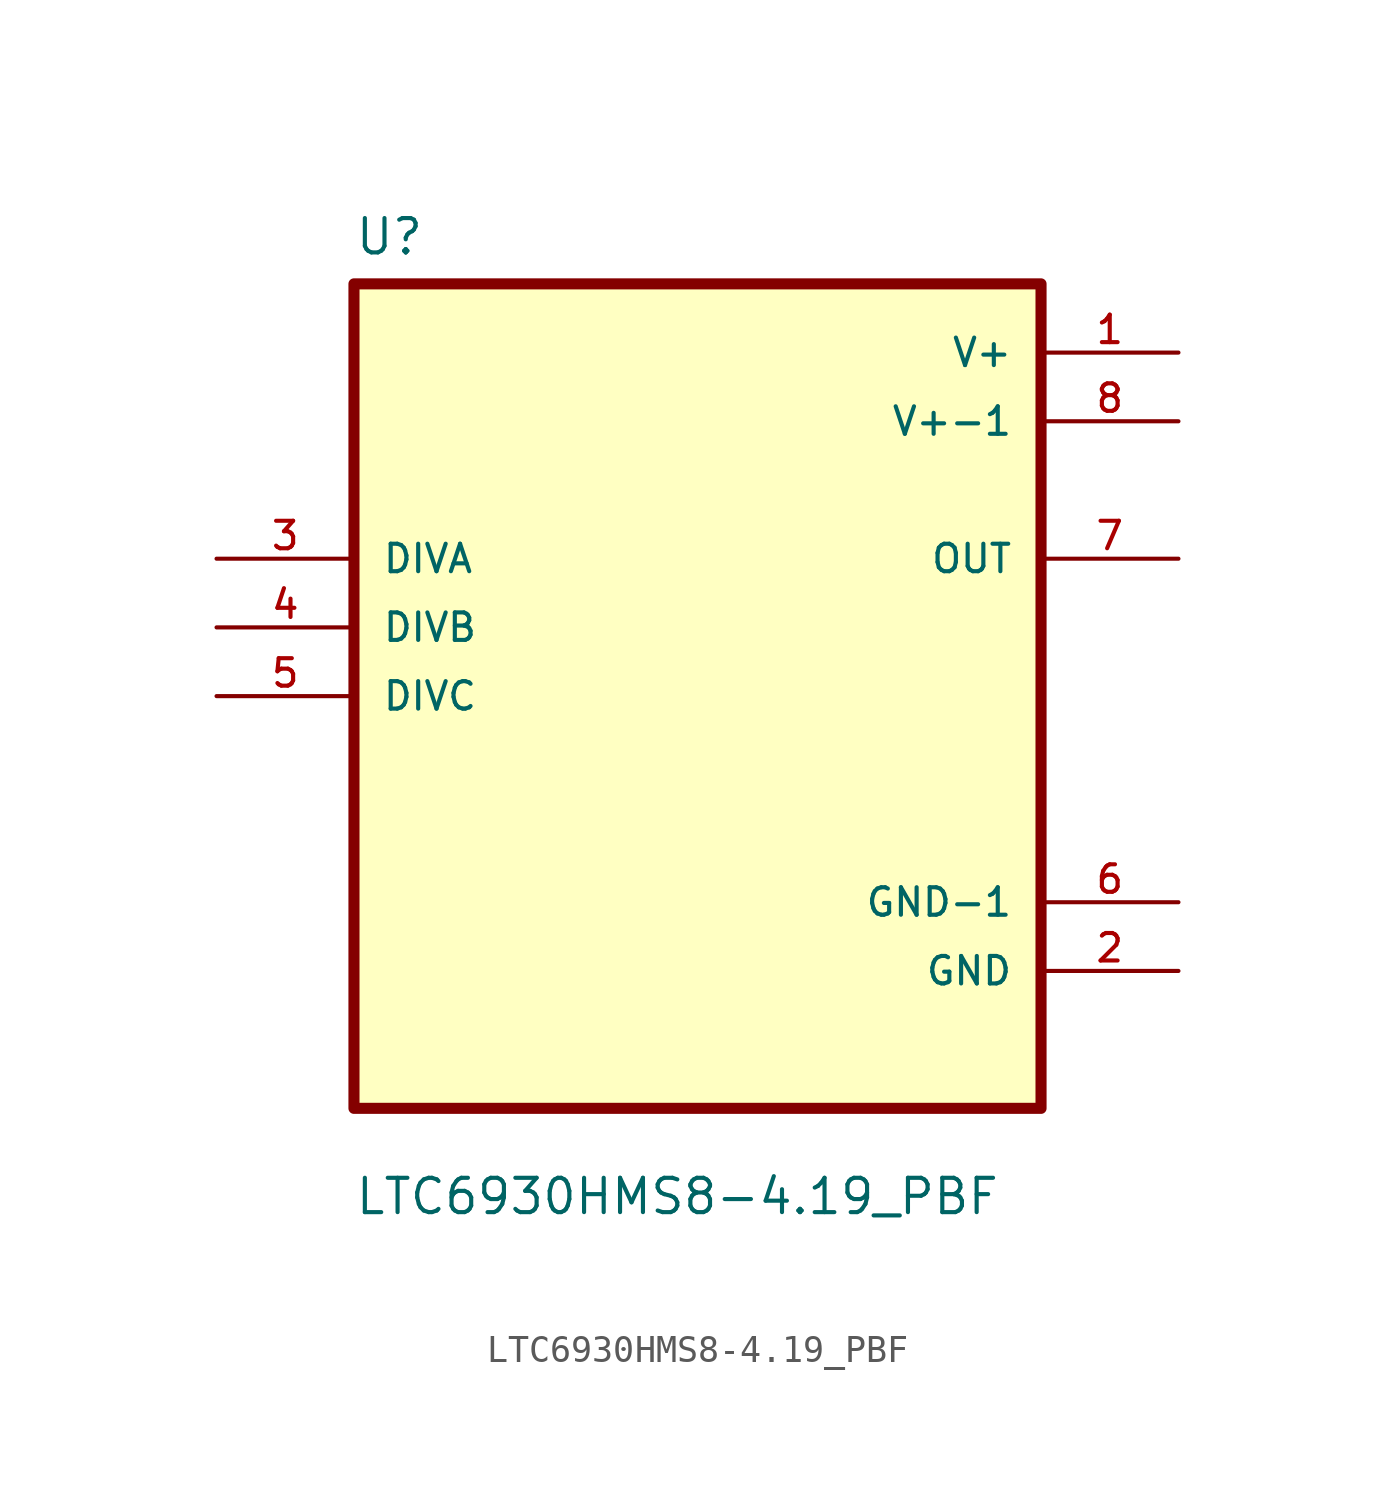
<source format=kicad_sym>
(kicad_symbol_lib
  (version 20211014)
  (generator kicad_symbol_editor)
  (symbol "LTC6930HMS8-4.19_PBF"
    (pin_names
      (offset 1.016))
    (property "Reference" "U"
      (at -12.7 16.24 0.0)
      (effects (font (size 1.27 1.27)) (justify bottom left)))
    (property "Value" "LTC6930HMS8-4.19_PBF"
      (at -12.7 -19.24 0.0)
      (effects (font (size 1.27 1.27)) (justify bottom left)))
    (symbol "LTC6930HMS8-4.19_PBF_0_0"
      (rectangle (start -12.7 -15.24) (end 12.7 15.24) (stroke (width 0.41)) (fill (type background)))
      (pin input line (at -17.78 5.08 0) (length 5.08) (name "DIVA" (effects (font (size 1.016 1.016)))) (number "3" (effects (font (size 1.016 1.016)))))
      (pin input line (at -17.78 2.54 0) (length 5.08) (name "DIVB" (effects (font (size 1.016 1.016)))) (number "4" (effects (font (size 1.016 1.016)))))
      (pin input line (at -17.78 0.0 0) (length 5.08) (name "DIVC" (effects (font (size 1.016 1.016)))) (number "5" (effects (font (size 1.016 1.016)))))
      (pin power_in line (at 17.78 12.7 180.0) (length 5.08) (name "V+" (effects (font (size 1.016 1.016)))) (number "1" (effects (font (size 1.016 1.016)))))
      (pin power_in line (at 17.78 10.16 180.0) (length 5.08) (name "V+-1" (effects (font (size 1.016 1.016)))) (number "8" (effects (font (size 1.016 1.016)))))
      (pin output line (at 17.78 5.08 180.0) (length 5.08) (name "OUT" (effects (font (size 1.016 1.016)))) (number "7" (effects (font (size 1.016 1.016)))))
      (pin power_in line (at 17.78 -7.62 180.0) (length 5.08) (name "GND-1" (effects (font (size 1.016 1.016)))) (number "6" (effects (font (size 1.016 1.016)))))
      (pin power_in line (at 17.78 -10.16 180.0) (length 5.08) (name "GND" (effects (font (size 1.016 1.016)))) (number "2" (effects (font (size 1.016 1.016))))))))
</source>
